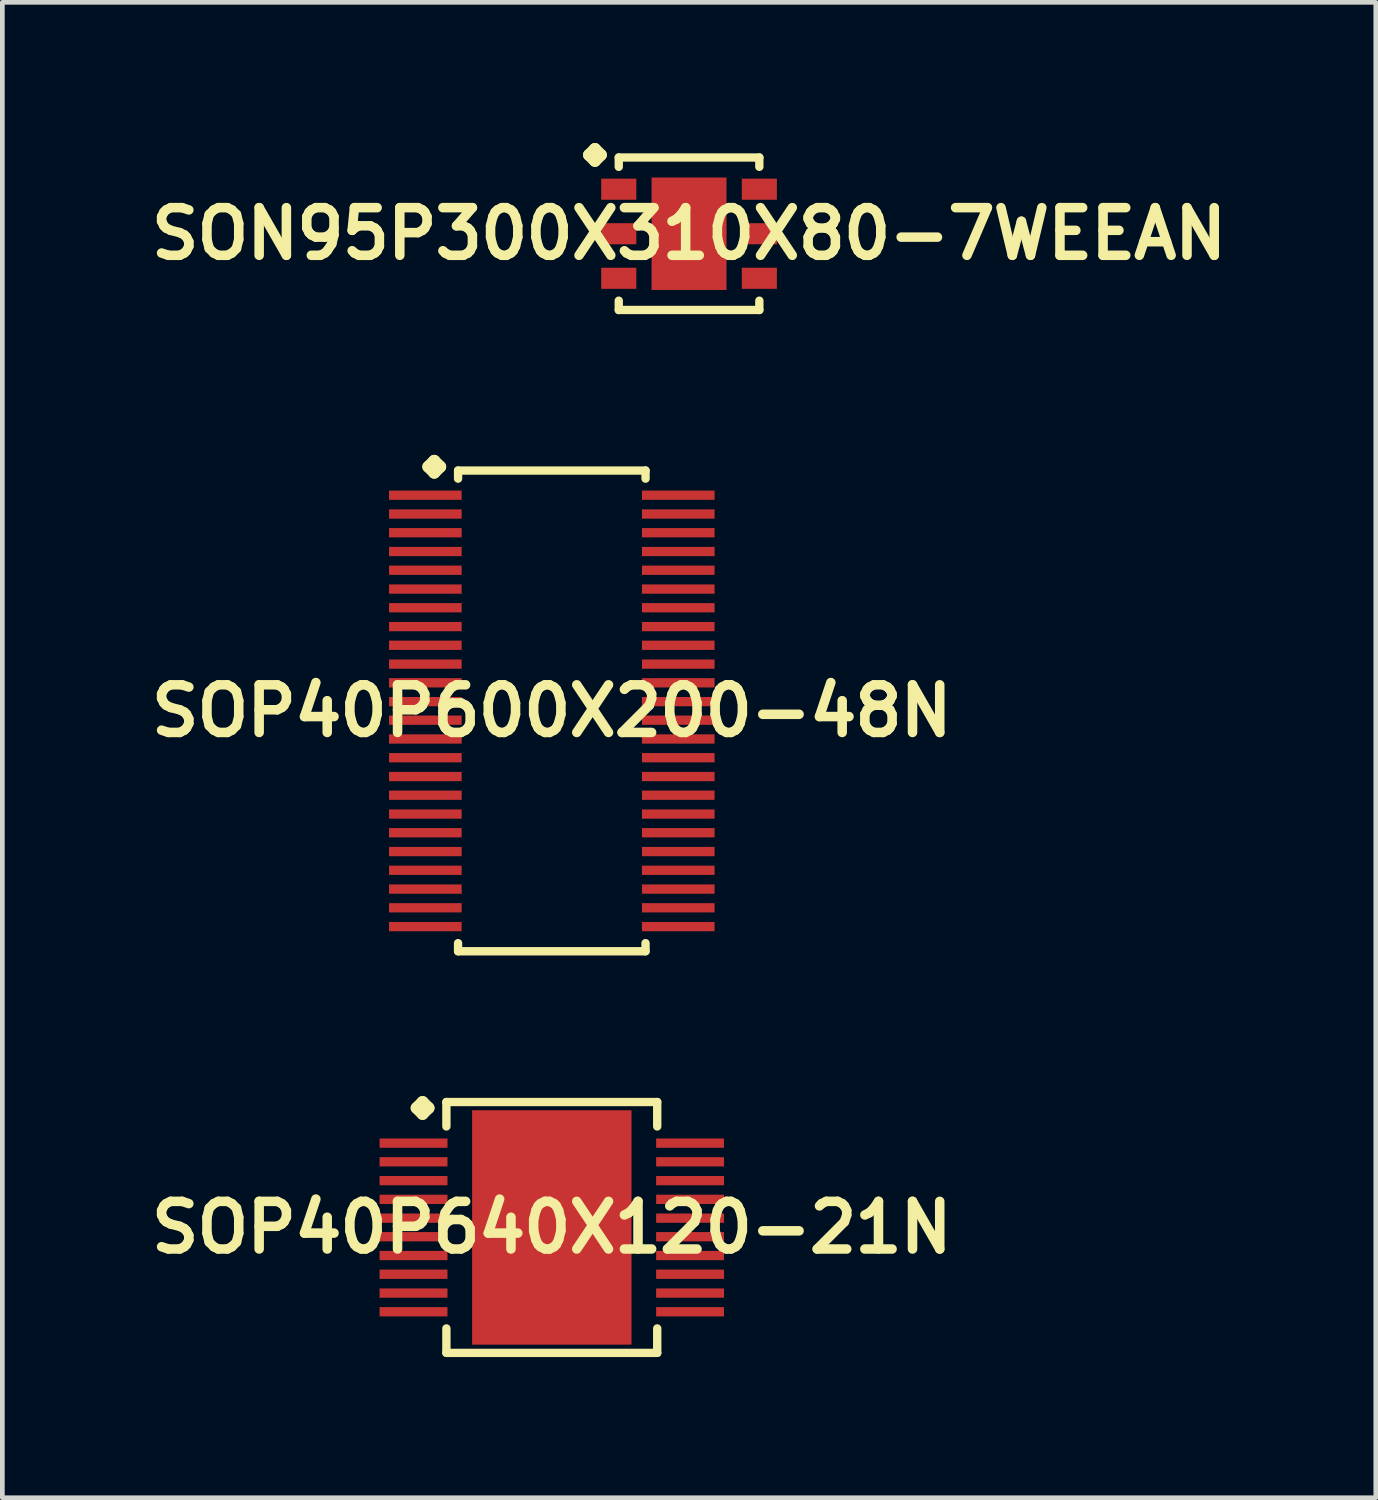
<source format=kicad_pcb>
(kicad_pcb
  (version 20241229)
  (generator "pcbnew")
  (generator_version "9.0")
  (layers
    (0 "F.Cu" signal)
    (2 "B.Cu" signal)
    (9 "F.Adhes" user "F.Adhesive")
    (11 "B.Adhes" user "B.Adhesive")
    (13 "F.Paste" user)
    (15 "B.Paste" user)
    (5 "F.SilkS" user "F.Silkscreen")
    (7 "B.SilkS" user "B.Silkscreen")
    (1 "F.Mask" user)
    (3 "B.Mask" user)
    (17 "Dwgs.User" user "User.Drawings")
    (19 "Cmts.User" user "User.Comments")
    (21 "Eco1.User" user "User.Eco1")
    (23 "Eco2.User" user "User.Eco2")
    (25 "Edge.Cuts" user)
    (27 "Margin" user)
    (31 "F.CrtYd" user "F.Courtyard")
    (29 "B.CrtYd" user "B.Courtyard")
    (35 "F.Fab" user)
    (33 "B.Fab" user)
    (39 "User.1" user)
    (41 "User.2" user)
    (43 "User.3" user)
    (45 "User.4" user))
  (footprint "SOP40P600X200-48N"
    (layer "F.Cu")
    (at 8.718 12.111)
    (property "Reference" "SOP40P600X200-48N" (at 0 0 0) (layer "F.SilkS") (effects (font (size 1.016 1.016) (thickness 0.203))))
    (attr smd)
    (fp_line (start -2.634 -5.207) (end -2.507 -5.334) (stroke (width 0.254) (type solid)) (layer "F.SilkS"))
    (fp_line (start -2.507 -5.334) (end -2.38 -5.207) (stroke (width 0.254) (type solid)) (layer "F.SilkS"))
    (fp_line (start -2.507 -5.08) (end -2.634 -5.207) (stroke (width 0.254) (type solid)) (layer "F.SilkS"))
    (fp_line (start -2.38 -5.207) (end -2.507 -5.08) (stroke (width 0.254) (type solid)) (layer "F.SilkS"))
    (fp_line (start -1.999 -5.126) (end 1.999 -5.126) (stroke (width 0.178) (type solid)) (layer "F.SilkS"))
    (fp_line (start -1.999 -4.953) (end -1.999 -5.126) (stroke (width 0.178) (type solid)) (layer "F.SilkS"))
    (fp_line (start -1.999 4.953) (end -1.999 5.126) (stroke (width 0.178) (type solid)) (layer "F.SilkS"))
    (fp_line (start -1.999 5.126) (end 1.999 5.126) (stroke (width 0.178) (type solid)) (layer "F.SilkS"))
    (fp_line (start 1.999 -5.126) (end 1.999 -4.953) (stroke (width 0.178) (type solid)) (layer "F.SilkS"))
    (fp_line (start 1.999 5.126) (end 1.999 4.953) (stroke (width 0.178) (type solid)) (layer "F.SilkS"))
    (pad "1" smd rect (at -2.697 -4.6) (size 1.549 0.198) (layers "F.Cu" "F.Mask" "F.Paste"))
    (pad "2" smd rect (at -2.697 -4.199) (size 1.549 0.198) (layers "F.Cu" "F.Mask" "F.Paste"))
    (pad "3" smd rect (at -2.697 -3.8) (size 1.549 0.198) (layers "F.Cu" "F.Mask" "F.Paste"))
    (pad "4" smd rect (at -2.697 -3.399) (size 1.549 0.198) (layers "F.Cu" "F.Mask" "F.Paste"))
    (pad "5" smd rect (at -2.697 -3) (size 1.549 0.198) (layers "F.Cu" "F.Mask" "F.Paste"))
    (pad "6" smd rect (at -2.697 -2.598) (size 1.549 0.198) (layers "F.Cu" "F.Mask" "F.Paste"))
    (pad "7" smd rect (at -2.697 -2.2) (size 1.549 0.198) (layers "F.Cu" "F.Mask" "F.Paste"))
    (pad "8" smd rect (at -2.697 -1.798) (size 1.549 0.198) (layers "F.Cu" "F.Mask" "F.Paste"))
    (pad "9" smd rect (at -2.697 -1.4) (size 1.549 0.198) (layers "F.Cu" "F.Mask" "F.Paste"))
    (pad "10" smd rect (at -2.697 -0.998) (size 1.549 0.198) (layers "F.Cu" "F.Mask" "F.Paste"))
    (pad "11" smd rect (at -2.697 -0.599) (size 1.549 0.198) (layers "F.Cu" "F.Mask" "F.Paste"))
    (pad "12" smd rect (at -2.697 -0.198) (size 1.549 0.198) (layers "F.Cu" "F.Mask" "F.Paste"))
    (pad "13" smd rect (at -2.697 0.198) (size 1.549 0.198) (layers "F.Cu" "F.Mask" "F.Paste"))
    (pad "14" smd rect (at -2.697 0.599) (size 1.549 0.198) (layers "F.Cu" "F.Mask" "F.Paste"))
    (pad "15" smd rect (at -2.697 0.998) (size 1.549 0.198) (layers "F.Cu" "F.Mask" "F.Paste"))
    (pad "16" smd rect (at -2.697 1.4) (size 1.549 0.198) (layers "F.Cu" "F.Mask" "F.Paste"))
    (pad "17" smd rect (at -2.697 1.798) (size 1.549 0.198) (layers "F.Cu" "F.Mask" "F.Paste"))
    (pad "18" smd rect (at -2.697 2.2) (size 1.549 0.198) (layers "F.Cu" "F.Mask" "F.Paste"))
    (pad "19" smd rect (at -2.697 2.598) (size 1.549 0.198) (layers "F.Cu" "F.Mask" "F.Paste"))
    (pad "20" smd rect (at -2.697 3) (size 1.549 0.198) (layers "F.Cu" "F.Mask" "F.Paste"))
    (pad "21" smd rect (at -2.697 3.399) (size 1.549 0.198) (layers "F.Cu" "F.Mask" "F.Paste"))
    (pad "22" smd rect (at -2.697 3.8) (size 1.549 0.198) (layers "F.Cu" "F.Mask" "F.Paste"))
    (pad "23" smd rect (at -2.697 4.199) (size 1.549 0.198) (layers "F.Cu" "F.Mask" "F.Paste"))
    (pad "24" smd rect (at -2.697 4.6) (size 1.549 0.198) (layers "F.Cu" "F.Mask" "F.Paste"))
    (pad "25" smd rect (at 2.697 4.6) (size 1.549 0.198) (layers "F.Cu" "F.Mask" "F.Paste"))
    (pad "26" smd rect (at 2.697 4.199) (size 1.549 0.198) (layers "F.Cu" "F.Mask" "F.Paste"))
    (pad "27" smd rect (at 2.697 3.8) (size 1.549 0.198) (layers "F.Cu" "F.Mask" "F.Paste"))
    (pad "28" smd rect (at 2.697 3.399) (size 1.549 0.198) (layers "F.Cu" "F.Mask" "F.Paste"))
    (pad "29" smd rect (at 2.697 3) (size 1.549 0.198) (layers "F.Cu" "F.Mask" "F.Paste"))
    (pad "30" smd rect (at 2.697 2.598) (size 1.549 0.198) (layers "F.Cu" "F.Mask" "F.Paste"))
    (pad "31" smd rect (at 2.697 2.2) (size 1.549 0.198) (layers "F.Cu" "F.Mask" "F.Paste"))
    (pad "32" smd rect (at 2.697 1.798) (size 1.549 0.198) (layers "F.Cu" "F.Mask" "F.Paste"))
    (pad "33" smd rect (at 2.697 1.4) (size 1.549 0.198) (layers "F.Cu" "F.Mask" "F.Paste"))
    (pad "34" smd rect (at 2.697 0.998) (size 1.549 0.198) (layers "F.Cu" "F.Mask" "F.Paste"))
    (pad "35" smd rect (at 2.697 0.599) (size 1.549 0.198) (layers "F.Cu" "F.Mask" "F.Paste"))
    (pad "36" smd rect (at 2.697 0.198) (size 1.549 0.198) (layers "F.Cu" "F.Mask" "F.Paste"))
    (pad "37" smd rect (at 2.697 -0.198) (size 1.549 0.198) (layers "F.Cu" "F.Mask" "F.Paste"))
    (pad "38" smd rect (at 2.697 -0.599) (size 1.549 0.198) (layers "F.Cu" "F.Mask" "F.Paste"))
    (pad "39" smd rect (at 2.697 -0.998) (size 1.549 0.198) (layers "F.Cu" "F.Mask" "F.Paste"))
    (pad "40" smd rect (at 2.697 -1.4) (size 1.549 0.198) (layers "F.Cu" "F.Mask" "F.Paste"))
    (pad "41" smd rect (at 2.697 -1.798) (size 1.549 0.198) (layers "F.Cu" "F.Mask" "F.Paste"))
    (pad "42" smd rect (at 2.697 -2.2) (size 1.549 0.198) (layers "F.Cu" "F.Mask" "F.Paste"))
    (pad "43" smd rect (at 2.697 -2.598) (size 1.549 0.198) (layers "F.Cu" "F.Mask" "F.Paste"))
    (pad "44" smd rect (at 2.697 -3) (size 1.549 0.198) (layers "F.Cu" "F.Mask" "F.Paste"))
    (pad "45" smd rect (at 2.697 -3.399) (size 1.549 0.198) (layers "F.Cu" "F.Mask" "F.Paste"))
    (pad "46" smd rect (at 2.697 -3.8) (size 1.549 0.198) (layers "F.Cu" "F.Mask" "F.Paste"))
    (pad "47" smd rect (at 2.697 -4.199) (size 1.549 0.198) (layers "F.Cu" "F.Mask" "F.Paste"))
    (pad "48" smd rect (at 2.697 -4.6) (size 1.549 0.198) (layers "F.Cu" "F.Mask" "F.Paste")))
  (footprint "SOP40P640X120-21N"
    (layer "F.Cu")
    (at 8.718 23.127)
    (property "Reference" "SOP40P640X120-21N" (at 0 0 0) (layer "F.SilkS") (effects (font (size 1.016 1.016) (thickness 0.203))))
    (attr smd)
    (fp_line (start -2.883 -2.548) (end -2.756 -2.675) (stroke (width 0.254) (type solid)) (layer "F.SilkS"))
    (fp_line (start -2.756 -2.675) (end -2.629 -2.548) (stroke (width 0.254) (type solid)) (layer "F.SilkS"))
    (fp_line (start -2.756 -2.421) (end -2.883 -2.548) (stroke (width 0.254) (type solid)) (layer "F.SilkS"))
    (fp_line (start -2.629 -2.548) (end -2.756 -2.421) (stroke (width 0.254) (type solid)) (layer "F.SilkS"))
    (fp_line (start -2.248 -2.675) (end 2.248 -2.675) (stroke (width 0.178) (type solid)) (layer "F.SilkS"))
    (fp_line (start -2.248 -2.154) (end -2.248 -2.675) (stroke (width 0.178) (type solid)) (layer "F.SilkS"))
    (fp_line (start -2.248 2.154) (end -2.248 2.675) (stroke (width 0.178) (type solid)) (layer "F.SilkS"))
    (fp_line (start -2.248 2.675) (end 2.248 2.675) (stroke (width 0.178) (type solid)) (layer "F.SilkS"))
    (fp_line (start 2.248 -2.675) (end 2.248 -2.154) (stroke (width 0.178) (type solid)) (layer "F.SilkS"))
    (fp_line (start 2.248 2.675) (end 2.248 2.154) (stroke (width 0.178) (type solid)) (layer "F.SilkS"))
    (pad "1" smd rect (at -2.949 -1.798) (size 1.448 0.198) (layers "F.Cu" "F.Mask" "F.Paste"))
    (pad "2" smd rect (at -2.949 -1.4) (size 1.448 0.198) (layers "F.Cu" "F.Mask" "F.Paste"))
    (pad "3" smd rect (at -2.949 -0.998) (size 1.448 0.198) (layers "F.Cu" "F.Mask" "F.Paste"))
    (pad "4" smd rect (at -2.949 -0.599) (size 1.448 0.198) (layers "F.Cu" "F.Mask" "F.Paste"))
    (pad "5" smd rect (at -2.949 -0.198) (size 1.448 0.198) (layers "F.Cu" "F.Mask" "F.Paste"))
    (pad "6" smd rect (at -2.949 0.198) (size 1.448 0.198) (layers "F.Cu" "F.Mask" "F.Paste"))
    (pad "7" smd rect (at -2.949 0.599) (size 1.448 0.198) (layers "F.Cu" "F.Mask" "F.Paste"))
    (pad "8" smd rect (at -2.949 0.998) (size 1.448 0.198) (layers "F.Cu" "F.Mask" "F.Paste"))
    (pad "9" smd rect (at -2.949 1.4) (size 1.448 0.198) (layers "F.Cu" "F.Mask" "F.Paste"))
    (pad "10" smd rect (at -2.949 1.798) (size 1.448 0.198) (layers "F.Cu" "F.Mask" "F.Paste"))
    (pad "11" smd rect (at 2.949 1.798) (size 1.448 0.198) (layers "F.Cu" "F.Mask" "F.Paste"))
    (pad "12" smd rect (at 2.949 1.4) (size 1.448 0.198) (layers "F.Cu" "F.Mask" "F.Paste"))
    (pad "13" smd rect (at 2.949 0.998) (size 1.448 0.198) (layers "F.Cu" "F.Mask" "F.Paste"))
    (pad "14" smd rect (at 2.949 0.599) (size 1.448 0.198) (layers "F.Cu" "F.Mask" "F.Paste"))
    (pad "15" smd rect (at 2.949 0.198) (size 1.448 0.198) (layers "F.Cu" "F.Mask" "F.Paste"))
    (pad "16" smd rect (at 2.949 -0.198) (size 1.448 0.198) (layers "F.Cu" "F.Mask" "F.Paste"))
    (pad "17" smd rect (at 2.949 -0.599) (size 1.448 0.198) (layers "F.Cu" "F.Mask" "F.Paste"))
    (pad "18" smd rect (at 2.949 -0.998) (size 1.448 0.198) (layers "F.Cu" "F.Mask" "F.Paste"))
    (pad "19" smd rect (at 2.949 -1.4) (size 1.448 0.198) (layers "F.Cu" "F.Mask" "F.Paste"))
    (pad "20" smd rect (at 2.949 -1.798) (size 1.448 0.198) (layers "F.Cu" "F.Mask" "F.Paste"))
    (pad "21" smd rect (at 0 0) (size 3.399 4.999) (layers "F.Cu" "F.Mask" "F.Paste")))
  (footprint "SON95P300X310X80-7WEEAN"
    (layer "F.Cu")
    (at 11.645 1.935)
    (property "Reference" "SON95P300X310X80-7WEEAN" (at 0 0 0) (layer "F.SilkS") (effects (font (size 1.016 1.016) (thickness 0.203))))
    (attr smd)
    (fp_line (start -2.134 -1.681) (end -2.007 -1.808) (stroke (width 0.254) (type solid)) (layer "F.SilkS"))
    (fp_line (start -2.007 -1.808) (end -1.88 -1.681) (stroke (width 0.254) (type solid)) (layer "F.SilkS"))
    (fp_line (start -2.007 -1.554) (end -2.134 -1.681) (stroke (width 0.254) (type solid)) (layer "F.SilkS"))
    (fp_line (start -1.88 -1.681) (end -2.007 -1.554) (stroke (width 0.254) (type solid)) (layer "F.SilkS"))
    (fp_line (start -1.499 -1.626) (end 1.499 -1.626) (stroke (width 0.178) (type solid)) (layer "F.SilkS"))
    (fp_line (start -1.499 -1.427) (end -1.499 -1.626) (stroke (width 0.178) (type solid)) (layer "F.SilkS"))
    (fp_line (start -1.499 1.427) (end -1.499 1.626) (stroke (width 0.178) (type solid)) (layer "F.SilkS"))
    (fp_line (start -1.499 1.626) (end 1.499 1.626) (stroke (width 0.178) (type solid)) (layer "F.SilkS"))
    (fp_line (start 1.499 -1.626) (end 1.499 -1.427) (stroke (width 0.178) (type solid)) (layer "F.SilkS"))
    (fp_line (start 1.499 1.626) (end 1.499 1.427) (stroke (width 0.178) (type solid)) (layer "F.SilkS"))
    (pad "1" smd rect (at -1.499 -0.95) (size 0.749 0.45) (layers "F.Cu" "F.Mask" "F.Paste"))
    (pad "2" smd rect (at -1.499 0) (size 0.749 0.45) (layers "F.Cu" "F.Mask" "F.Paste"))
    (pad "3" smd rect (at -1.499 0.95) (size 0.749 0.45) (layers "F.Cu" "F.Mask" "F.Paste"))
    (pad "4" smd rect (at 1.499 0.95) (size 0.749 0.45) (layers "F.Cu" "F.Mask" "F.Paste"))
    (pad "5" smd rect (at 1.499 0) (size 0.749 0.45) (layers "F.Cu" "F.Mask" "F.Paste"))
    (pad "6" smd rect (at 1.499 -0.95) (size 0.749 0.45) (layers "F.Cu" "F.Mask" "F.Paste"))
    (pad "7" smd rect (at 0 0) (size 1.598 2.398) (layers "F.Cu" "F.Mask" "F.Paste")))
  (gr_rect
    (start -3 -3)
    (end 26.291 28.891)
    (stroke (width 0.1) (type default))
    (fill no)
    (layer "Edge.Cuts")))
</source>
